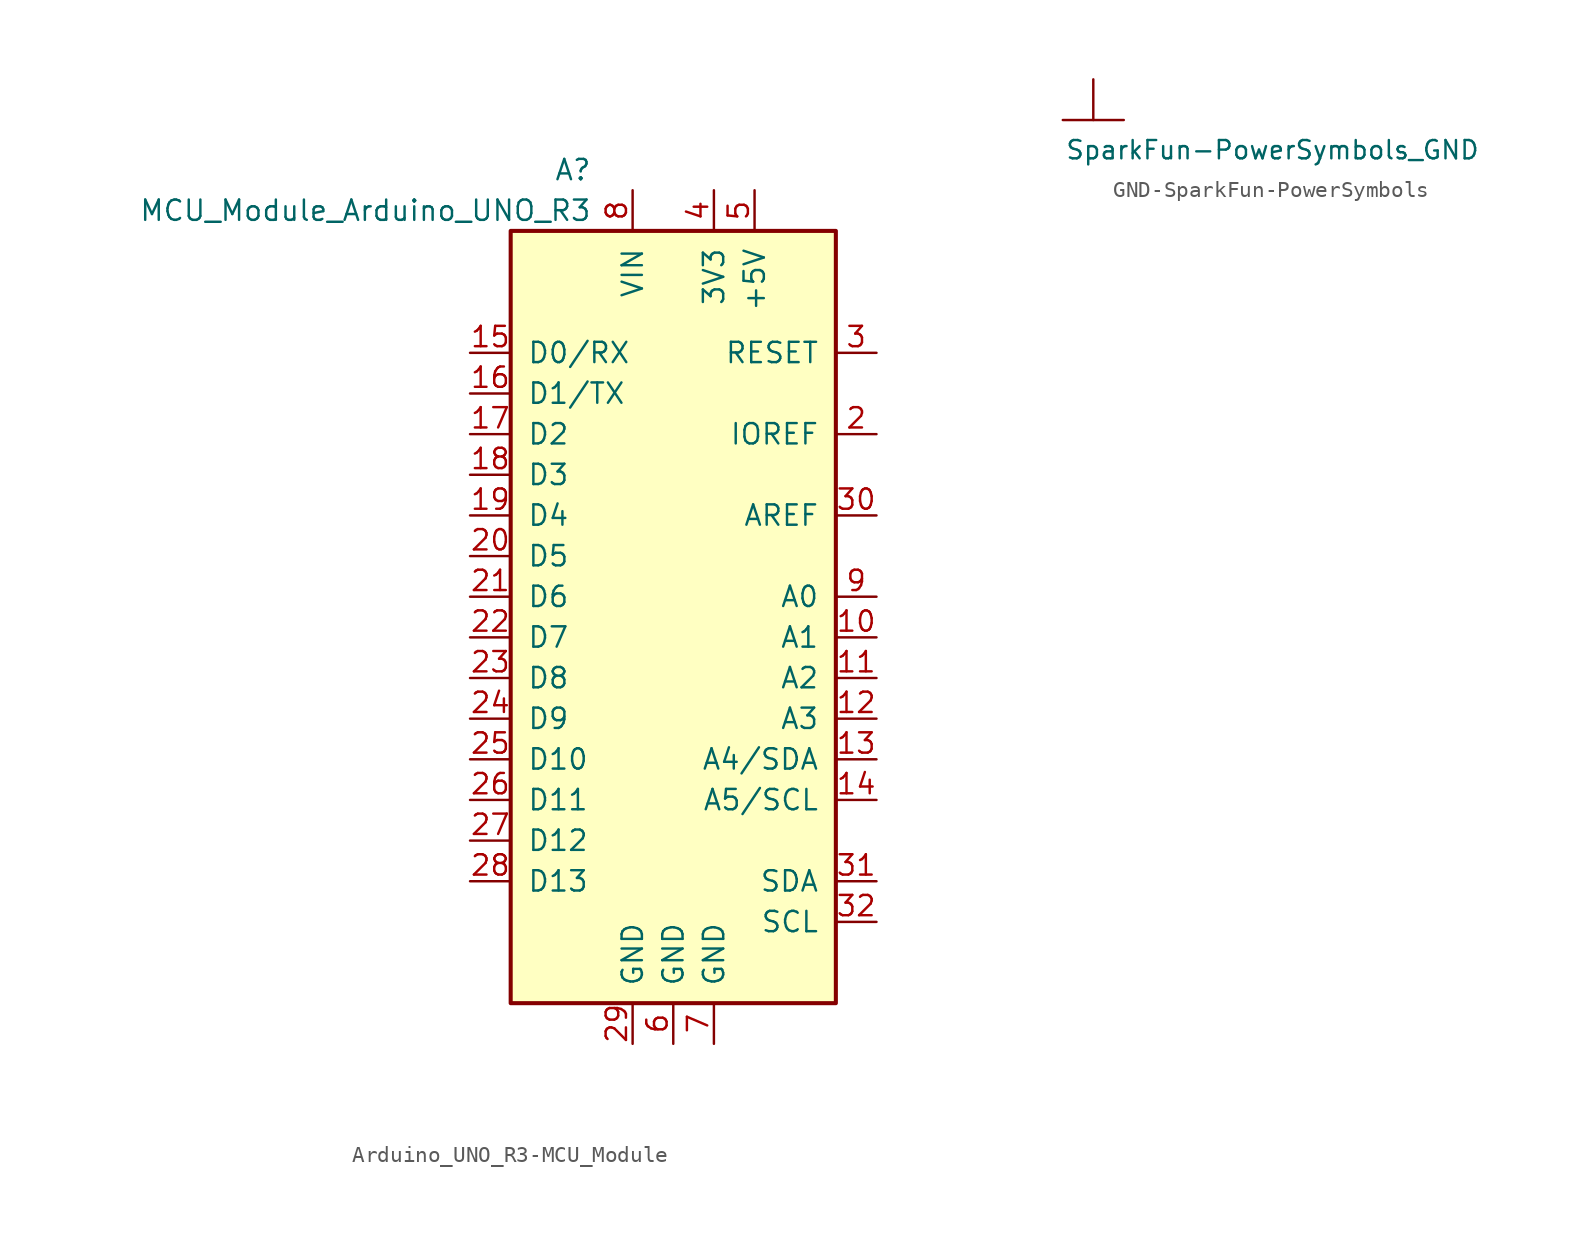
<source format=kicad_sym>
(kicad_symbol_lib
  (version 20231120)
  (generator "kicad_symbol_editor")
  (generator_version "8.0")
  (symbol "Arduino_UNO_R3-MCU_Module"
    (pin_names
      (offset 1.016))
    (property "Reference" "A"
      (at -5.08 26.67 0)
      (effects (font (size 1.27 1.27)) (justify right)))
    (property "Value" "MCU_Module_Arduino_UNO_R3"
      (at -5.08 24.13 0)
      (effects (font (size 1.27 1.27)) (justify right)))
    (symbol "Arduino_UNO_R3-MCU_Module_0_1"
      (rectangle (start -10.16 22.86) (end 10.16 -25.4) (stroke (width 0.254) (type solid)) (fill (type background))))
    (symbol "Arduino_UNO_R3-MCU_Module_1_1"
      (pin no_connect line (at -12.7 -20.32 0) (length 2.54) hide (name "NC" (effects (font (size 1.27 1.27)))) (number "1" (effects (font (size 1.27 1.27)))))
      (pin bidirectional line (at 12.7 -2.54 180) (length 2.54) (name "A1" (effects (font (size 1.27 1.27)))) (number "10" (effects (font (size 1.27 1.27)))))
      (pin bidirectional line (at 12.7 -5.08 180) (length 2.54) (name "A2" (effects (font (size 1.27 1.27)))) (number "11" (effects (font (size 1.27 1.27)))))
      (pin bidirectional line (at 12.7 -7.62 180) (length 2.54) (name "A3" (effects (font (size 1.27 1.27)))) (number "12" (effects (font (size 1.27 1.27)))))
      (pin bidirectional line (at 12.7 -10.16 180) (length 2.54) (name "A4/SDA" (effects (font (size 1.27 1.27)))) (number "13" (effects (font (size 1.27 1.27)))))
      (pin bidirectional line (at 12.7 -12.7 180) (length 2.54) (name "A5/SCL" (effects (font (size 1.27 1.27)))) (number "14" (effects (font (size 1.27 1.27)))))
      (pin bidirectional line (at -12.7 15.24 0) (length 2.54) (name "D0/RX" (effects (font (size 1.27 1.27)))) (number "15" (effects (font (size 1.27 1.27)))))
      (pin bidirectional line (at -12.7 12.7 0) (length 2.54) (name "D1/TX" (effects (font (size 1.27 1.27)))) (number "16" (effects (font (size 1.27 1.27)))))
      (pin bidirectional line (at -12.7 10.16 0) (length 2.54) (name "D2" (effects (font (size 1.27 1.27)))) (number "17" (effects (font (size 1.27 1.27)))))
      (pin bidirectional line (at -12.7 7.62 0) (length 2.54) (name "D3" (effects (font (size 1.27 1.27)))) (number "18" (effects (font (size 1.27 1.27)))))
      (pin bidirectional line (at -12.7 5.08 0) (length 2.54) (name "D4" (effects (font (size 1.27 1.27)))) (number "19" (effects (font (size 1.27 1.27)))))
      (pin output line (at 12.7 10.16 180) (length 2.54) (name "IOREF" (effects (font (size 1.27 1.27)))) (number "2" (effects (font (size 1.27 1.27)))))
      (pin bidirectional line (at -12.7 2.54 0) (length 2.54) (name "D5" (effects (font (size 1.27 1.27)))) (number "20" (effects (font (size 1.27 1.27)))))
      (pin bidirectional line (at -12.7 0 0) (length 2.54) (name "D6" (effects (font (size 1.27 1.27)))) (number "21" (effects (font (size 1.27 1.27)))))
      (pin bidirectional line (at -12.7 -2.54 0) (length 2.54) (name "D7" (effects (font (size 1.27 1.27)))) (number "22" (effects (font (size 1.27 1.27)))))
      (pin bidirectional line (at -12.7 -5.08 0) (length 2.54) (name "D8" (effects (font (size 1.27 1.27)))) (number "23" (effects (font (size 1.27 1.27)))))
      (pin bidirectional line (at -12.7 -7.62 0) (length 2.54) (name "D9" (effects (font (size 1.27 1.27)))) (number "24" (effects (font (size 1.27 1.27)))))
      (pin bidirectional line (at -12.7 -10.16 0) (length 2.54) (name "D10" (effects (font (size 1.27 1.27)))) (number "25" (effects (font (size 1.27 1.27)))))
      (pin bidirectional line (at -12.7 -12.7 0) (length 2.54) (name "D11" (effects (font (size 1.27 1.27)))) (number "26" (effects (font (size 1.27 1.27)))))
      (pin bidirectional line (at -12.7 -15.24 0) (length 2.54) (name "D12" (effects (font (size 1.27 1.27)))) (number "27" (effects (font (size 1.27 1.27)))))
      (pin bidirectional line (at -12.7 -17.78 0) (length 2.54) (name "D13" (effects (font (size 1.27 1.27)))) (number "28" (effects (font (size 1.27 1.27)))))
      (pin power_in line (at -2.54 -27.94 90) (length 2.54) (name "GND" (effects (font (size 1.27 1.27)))) (number "29" (effects (font (size 1.27 1.27)))))
      (pin input line (at 12.7 15.24 180) (length 2.54) (name "RESET" (effects (font (size 1.27 1.27)))) (number "3" (effects (font (size 1.27 1.27)))))
      (pin input line (at 12.7 5.08 180) (length 2.54) (name "AREF" (effects (font (size 1.27 1.27)))) (number "30" (effects (font (size 1.27 1.27)))))
      (pin bidirectional line (at 12.7 -17.78 180) (length 2.54) (name "SDA" (effects (font (size 1.27 1.27)))) (number "31" (effects (font (size 1.27 1.27)))))
      (pin bidirectional line (at 12.7 -20.32 180) (length 2.54) (name "SCL" (effects (font (size 1.27 1.27)))) (number "32" (effects (font (size 1.27 1.27)))))
      (pin power_out line (at 2.54 25.4 270) (length 2.54) (name "3V3" (effects (font (size 1.27 1.27)))) (number "4" (effects (font (size 1.27 1.27)))))
      (pin power_out line (at 5.08 25.4 270) (length 2.54) (name "+5V" (effects (font (size 1.27 1.27)))) (number "5" (effects (font (size 1.27 1.27)))))
      (pin power_in line (at 0 -27.94 90) (length 2.54) (name "GND" (effects (font (size 1.27 1.27)))) (number "6" (effects (font (size 1.27 1.27)))))
      (pin power_in line (at 2.54 -27.94 90) (length 2.54) (name "GND" (effects (font (size 1.27 1.27)))) (number "7" (effects (font (size 1.27 1.27)))))
      (pin power_in line (at -2.54 25.4 270) (length 2.54) (name "VIN" (effects (font (size 1.27 1.27)))) (number "8" (effects (font (size 1.27 1.27)))))
      (pin bidirectional line (at 12.7 0 180) (length 2.54) (name "A0" (effects (font (size 1.27 1.27)))) (number "9" (effects (font (size 1.27 1.27)))))))
  (symbol "GND-SparkFun-PowerSymbols"
    (power)
    (pin_numbers hide)
    (pin_names
      (offset 1.016) hide)
    (property "Reference" "#GND"
      (at 1.27 -1.27 0)
      (effects (font (size 1.143 1.143)) (justify left bottom) (hide yes)))
    (property "Value" "SparkFun-PowerSymbols_GND"
      (at -1.778 -5.08 0)
      (effects (font (size 1.143 1.143)) (justify left bottom)))
    (property "ki_locked" ""
      (at 0 0 0)
      (effects (font (size 1.27 1.27))))
    (symbol "GND-SparkFun-PowerSymbols_1_0"
      (polyline (pts (xy -1.905 -2.54) (xy 1.905 -2.54)) (stroke (width 0) (type solid)) (fill (type none)))
      (polyline (pts (xy 0 0) (xy 0 -2.54)) (stroke (width 0) (type solid)) (fill (type none))))
    (symbol "GND-SparkFun-PowerSymbols_1_1"
      (pin power_in line (at 0 0 270) (length 0) hide (name "GND" (effects (font (size 1.016 1.016)))) (number "~" (effects (font (size 1.016 1.016))))))))
</source>
